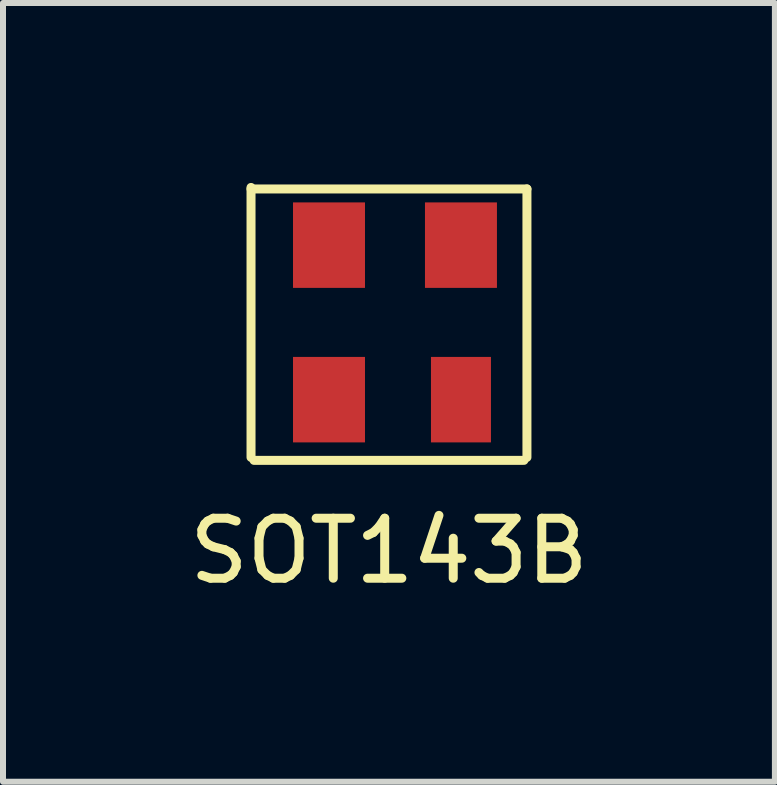
<source format=kicad_pcb>
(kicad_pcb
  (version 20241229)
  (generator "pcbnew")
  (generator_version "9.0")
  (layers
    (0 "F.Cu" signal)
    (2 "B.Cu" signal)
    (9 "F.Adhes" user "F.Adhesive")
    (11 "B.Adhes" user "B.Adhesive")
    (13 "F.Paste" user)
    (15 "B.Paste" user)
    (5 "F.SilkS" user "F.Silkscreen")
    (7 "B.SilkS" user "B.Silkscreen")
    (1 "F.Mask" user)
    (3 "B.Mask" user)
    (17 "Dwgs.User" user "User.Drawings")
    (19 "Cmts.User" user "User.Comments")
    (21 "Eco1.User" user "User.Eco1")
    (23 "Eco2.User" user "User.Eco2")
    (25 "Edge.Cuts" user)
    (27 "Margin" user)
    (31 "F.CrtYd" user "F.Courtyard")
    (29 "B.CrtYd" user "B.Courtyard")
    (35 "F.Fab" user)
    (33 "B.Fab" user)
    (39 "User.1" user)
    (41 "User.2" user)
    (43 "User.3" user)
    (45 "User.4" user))
  (footprint "SOT143B"
    (layer "F.Cu")
    (at 3.435 2.325)
    (property "Reference" "SOT143B" (at 0 3.81 0) (layer "F.SilkS") (effects (font (size 1 1) (thickness 0.15))))
    (attr through_hole)
    (fp_line (start -2.3 -2.225) (end 2.3 -2.225) (stroke (width 0.15) (type solid)) (layer "F.SilkS"))
    (fp_line (start -2.3 2.25) (end -2.3 -2.25) (stroke (width 0.15) (type solid)) (layer "F.SilkS"))
    (fp_line (start 2.25 2.3) (end -2.25 2.3) (stroke (width 0.15) (type solid)) (layer "F.SilkS"))
    (fp_line (start 2.3 -2.225) (end 2.3 2.25) (stroke (width 0.15) (type solid)) (layer "F.SilkS"))
    (pad "1" smd rect (at -1 1.288) (size 1.2 1.425) (layers "F.Cu" "F.Mask" "F.Paste"))
    (pad "2" smd rect (at 1.2 1.288) (size 1 1.425) (layers "F.Cu" "F.Mask" "F.Paste"))
    (pad "3" smd rect (at 1.2 -1.288) (size 1.2 1.425) (layers "F.Cu" "F.Mask" "F.Paste"))
    (pad "4" smd rect (at -1 -1.288) (size 1.2 1.425) (layers "F.Cu" "F.Mask" "F.Paste")))
  (gr_rect
    (start -3 -3)
    (end 9.869 9.983)
    (stroke (width 0.1) (type default))
    (fill no)
    (layer "Edge.Cuts")))
</source>
